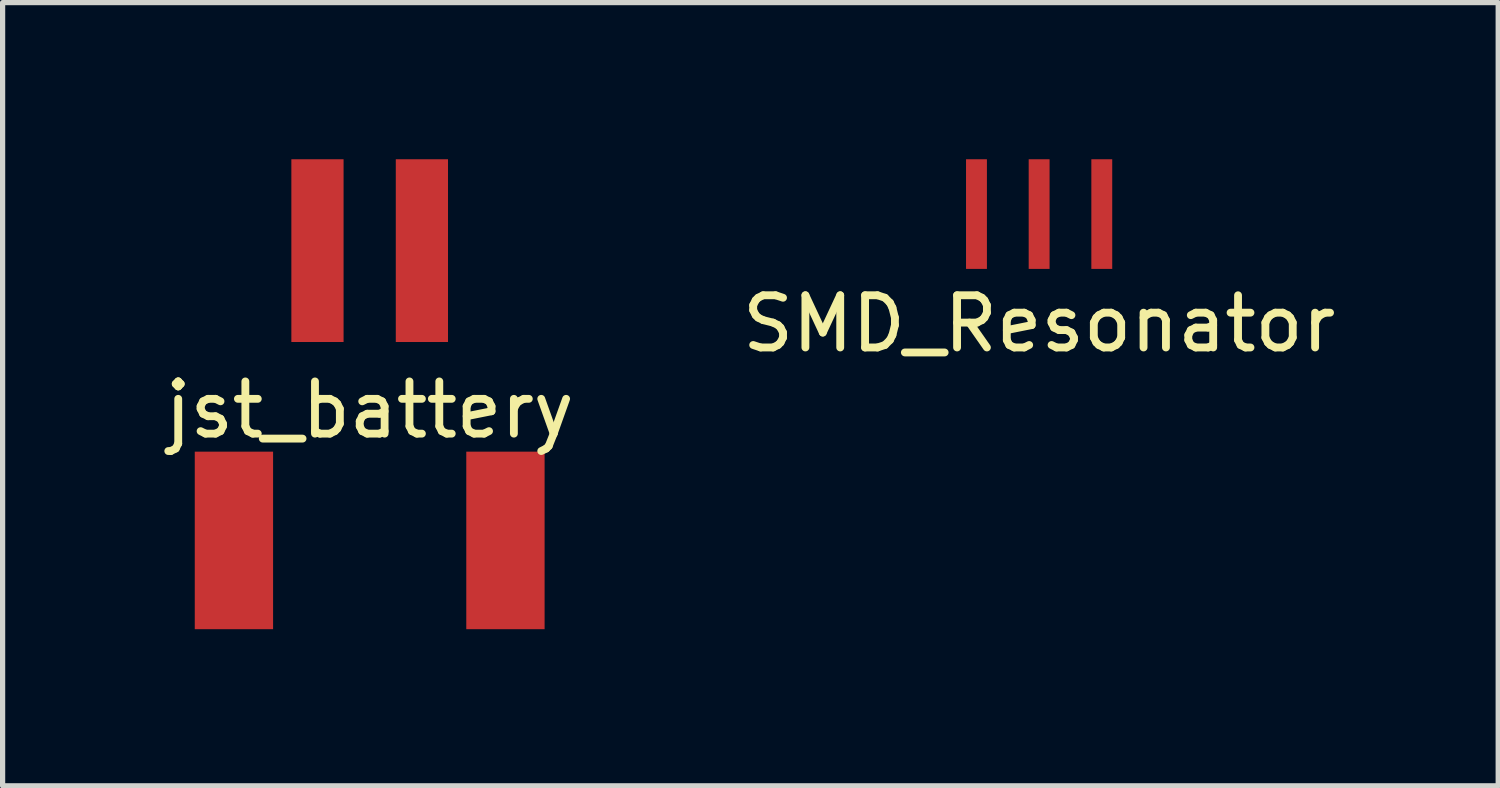
<source format=kicad_pcb>
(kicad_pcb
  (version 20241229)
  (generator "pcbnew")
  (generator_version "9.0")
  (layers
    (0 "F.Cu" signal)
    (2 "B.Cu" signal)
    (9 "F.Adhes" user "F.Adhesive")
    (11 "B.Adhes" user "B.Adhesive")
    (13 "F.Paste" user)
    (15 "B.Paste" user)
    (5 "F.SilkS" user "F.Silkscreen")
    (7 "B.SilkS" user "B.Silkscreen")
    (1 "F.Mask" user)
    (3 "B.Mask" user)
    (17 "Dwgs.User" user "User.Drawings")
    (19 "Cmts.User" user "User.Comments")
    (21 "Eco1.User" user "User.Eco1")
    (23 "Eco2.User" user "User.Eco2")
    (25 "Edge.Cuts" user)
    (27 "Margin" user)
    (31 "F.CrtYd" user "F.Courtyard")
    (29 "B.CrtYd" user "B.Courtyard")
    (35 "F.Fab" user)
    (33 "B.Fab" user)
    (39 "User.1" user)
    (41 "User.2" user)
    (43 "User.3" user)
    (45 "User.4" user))
  (footprint "jst_battery"
    (layer "F.Cu")
    (at 4.03 1.75)
    (property "Reference" "jst_battery" (at 0 3.05 0) (layer "F.SilkS") (effects (font (size 1 1) (thickness 0.15))))
    (attr through_hole)
    (pad "1" smd rect (at -1 0) (size 1 3.5) (layers "F.Cu" "F.Mask" "F.Paste"))
    (pad "2" smd rect (at -2.6 5.55) (size 1.5 3.4) (layers "F.Cu" "F.Mask" "F.Paste"))
    (pad "2" smd rect (at 1 0) (size 1 3.5) (layers "F.Cu" "F.Mask" "F.Paste"))
    (pad "2" smd rect (at 2.6 5.55) (size 1.5 3.4) (layers "F.Cu" "F.Mask" "F.Paste")))
  (footprint "SMD_Resonator"
    (layer "F.Cu")
    (at 16.851 1.05)
    (property "Reference" "SMD_Resonator" (at 0 2.1 0) (layer "F.SilkS") (effects (font (size 1 1) (thickness 0.15))))
    (attr through_hole)
    (pad "1" smd rect (at -1.2 0) (size 0.4 2.1) (layers "F.Cu" "F.Mask" "F.Paste"))
    (pad "2" smd rect (at 0 0) (size 0.4 2.1) (layers "F.Cu" "F.Mask" "F.Paste"))
    (pad "3" smd rect (at 1.2 0) (size 0.4 2.1) (layers "F.Cu" "F.Mask" "F.Paste")))
  (gr_rect
    (start -3 -3)
    (end 25.643 12)
    (stroke (width 0.1) (type default))
    (fill no)
    (layer "Edge.Cuts")))
</source>
